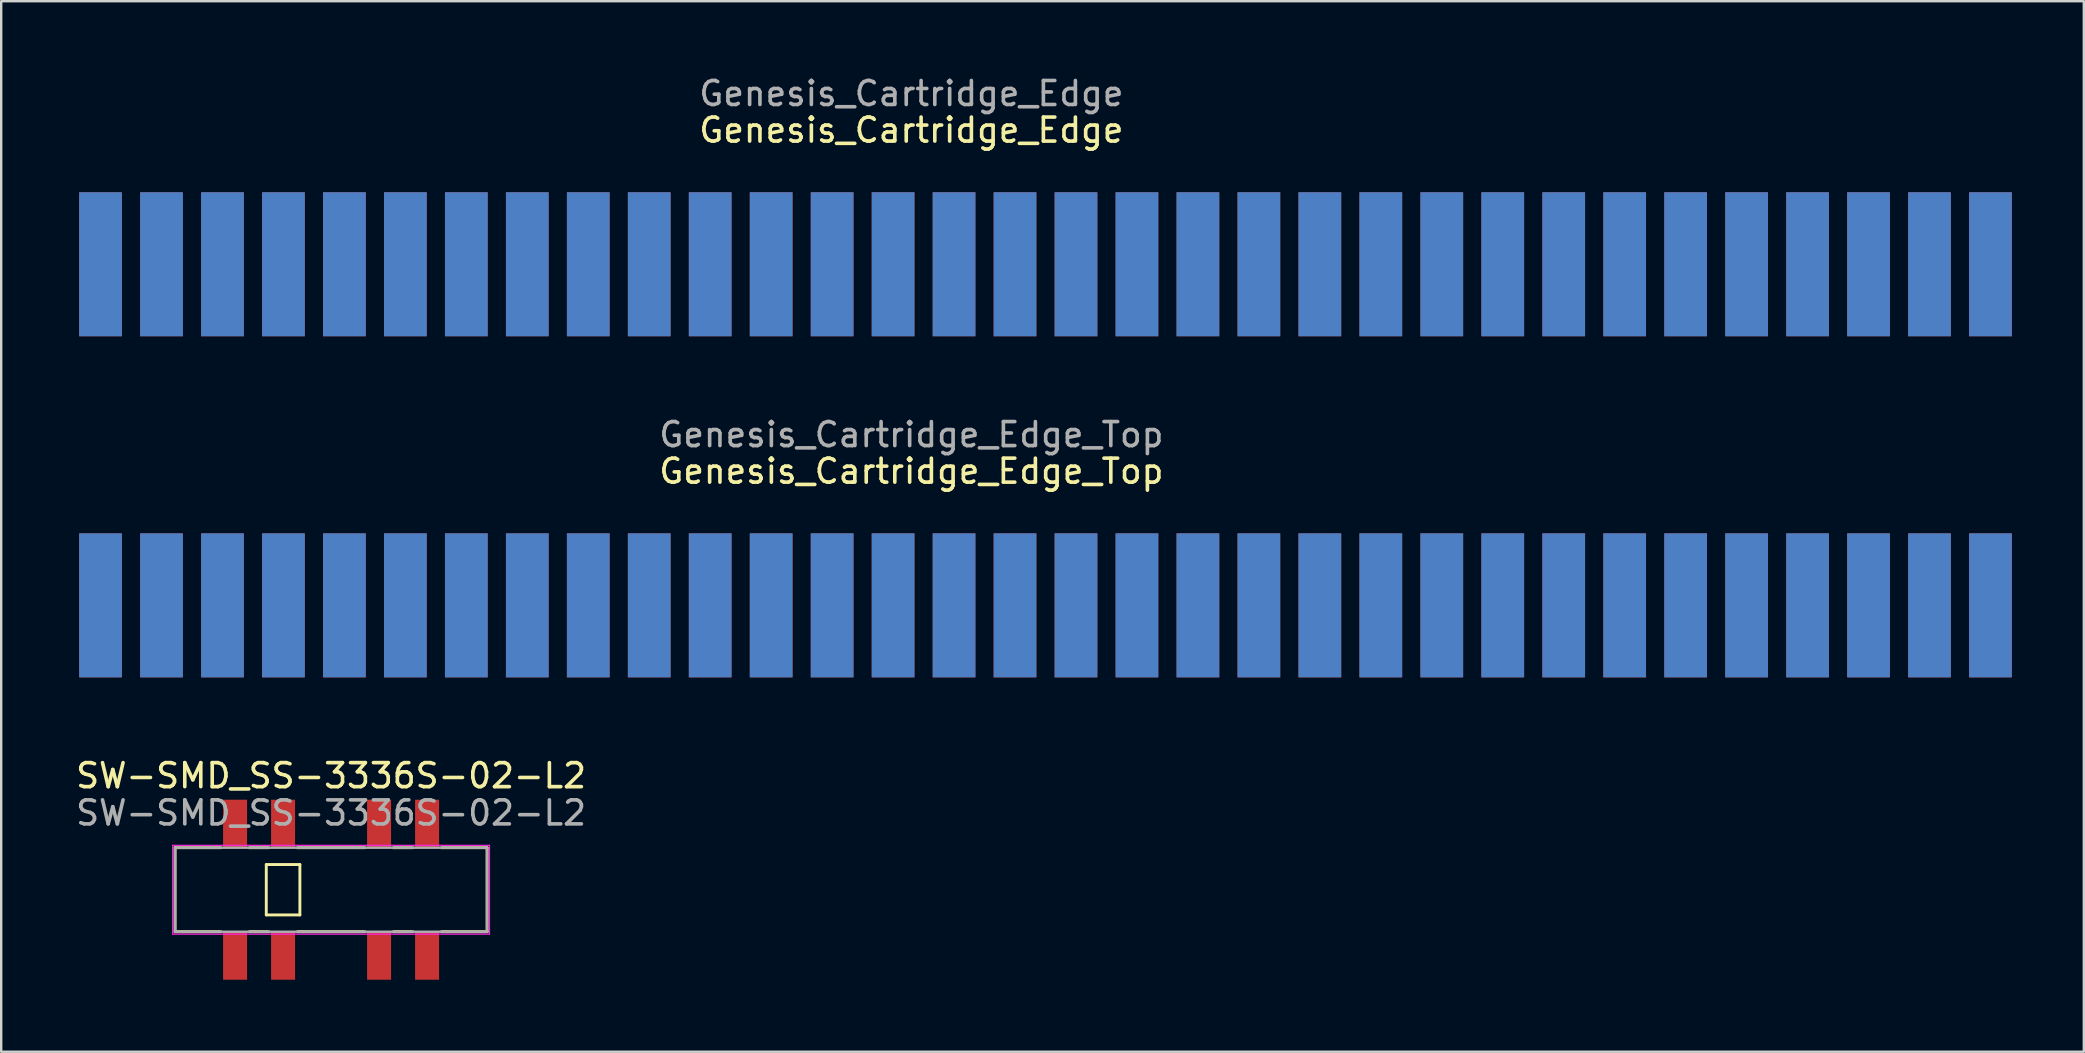
<source format=kicad_pcb>
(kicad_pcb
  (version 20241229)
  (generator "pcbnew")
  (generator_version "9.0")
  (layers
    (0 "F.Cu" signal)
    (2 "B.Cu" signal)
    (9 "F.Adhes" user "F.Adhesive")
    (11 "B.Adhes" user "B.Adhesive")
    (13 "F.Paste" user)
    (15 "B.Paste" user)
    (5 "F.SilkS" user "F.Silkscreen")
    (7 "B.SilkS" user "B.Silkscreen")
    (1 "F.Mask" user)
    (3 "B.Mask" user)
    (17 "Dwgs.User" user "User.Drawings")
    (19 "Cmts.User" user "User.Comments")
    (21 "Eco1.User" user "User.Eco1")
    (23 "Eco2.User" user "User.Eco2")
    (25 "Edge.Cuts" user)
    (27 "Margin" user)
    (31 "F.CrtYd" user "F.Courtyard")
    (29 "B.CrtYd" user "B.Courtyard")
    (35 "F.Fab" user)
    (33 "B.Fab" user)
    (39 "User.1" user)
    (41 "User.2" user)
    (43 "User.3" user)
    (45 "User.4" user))
  (footprint "Genesis_Cartridge_Edge_Top"
    (layer "F.Cu")
    (at 0.25 25.171)
    (property "Reference" "Genesis_Cartridge_Edge_Top" (at 34.671 -8.588 0) (layer "F.SilkS") (effects (font (size 1 1) (thickness 0.15))))
    (attr exclude_from_pos_files exclude_from_bom)
    (fp_text user "${REFERENCE}" (at 34.671 -10.112 0) (layer "F.Fab") (effects (font (size 1 1) (thickness 0.15))))
    (pad "A1" connect rect (at 0.889 -3) (size 1.78 6) (layers "B.Cu" "B.Mask"))
    (pad "A2" connect rect (at 3.429 -3) (size 1.78 6) (layers "B.Cu" "B.Mask"))
    (pad "A3" connect rect (at 5.969 -3) (size 1.78 6) (layers "B.Cu" "B.Mask"))
    (pad "A4" connect rect (at 8.509 -3) (size 1.78 6) (layers "B.Cu" "B.Mask"))
    (pad "A5" connect rect (at 11.049 -3) (size 1.78 6) (layers "B.Cu" "B.Mask"))
    (pad "A6" connect rect (at 13.589 -3) (size 1.78 6) (layers "B.Cu" "B.Mask"))
    (pad "A7" connect rect (at 16.129 -3) (size 1.78 6) (layers "B.Cu" "B.Mask"))
    (pad "A8" connect rect (at 18.669 -3) (size 1.78 6) (layers "B.Cu" "B.Mask"))
    (pad "A9" connect rect (at 21.209 -3) (size 1.78 6) (layers "B.Cu" "B.Mask"))
    (pad "A10" connect rect (at 23.749 -3) (size 1.78 6) (layers "B.Cu" "B.Mask"))
    (pad "A11" connect rect (at 26.289 -3) (size 1.78 6) (layers "B.Cu" "B.Mask"))
    (pad "A12" connect rect (at 28.829 -3) (size 1.78 6) (layers "B.Cu" "B.Mask"))
    (pad "A13" connect rect (at 31.369 -3) (size 1.78 6) (layers "B.Cu" "B.Mask"))
    (pad "A14" connect rect (at 33.909 -3) (size 1.78 6) (layers "B.Cu" "B.Mask"))
    (pad "A15" connect rect (at 36.449 -3) (size 1.78 6) (layers "B.Cu" "B.Mask"))
    (pad "A16" connect rect (at 38.989 -3) (size 1.78 6) (layers "B.Cu" "B.Mask"))
    (pad "A17" connect rect (at 41.529 -3) (size 1.78 6) (layers "B.Cu" "B.Mask"))
    (pad "A18" connect rect (at 44.069 -3) (size 1.78 6) (layers "B.Cu" "B.Mask"))
    (pad "A19" connect rect (at 46.609 -3) (size 1.78 6) (layers "B.Cu" "B.Mask"))
    (pad "A20" connect rect (at 49.149 -3) (size 1.78 6) (layers "B.Cu" "B.Mask"))
    (pad "A21" connect rect (at 51.689 -3) (size 1.78 6) (layers "B.Cu" "B.Mask"))
    (pad "A22" connect rect (at 54.229 -3) (size 1.78 6) (layers "B.Cu" "B.Mask"))
    (pad "A23" connect rect (at 56.769 -3) (size 1.78 6) (layers "B.Cu" "B.Mask"))
    (pad "A24" connect rect (at 59.309 -3) (size 1.78 6) (layers "B.Cu" "B.Mask"))
    (pad "A25" connect rect (at 61.849 -3) (size 1.78 6) (layers "B.Cu" "B.Mask"))
    (pad "A26" connect rect (at 64.389 -3) (size 1.78 6) (layers "B.Cu" "B.Mask"))
    (pad "A27" connect rect (at 66.929 -3) (size 1.78 6) (layers "B.Cu" "B.Mask"))
    (pad "A28" connect rect (at 69.469 -3) (size 1.78 6) (layers "B.Cu" "B.Mask"))
    (pad "A29" connect rect (at 72.009 -3) (size 1.78 6) (layers "B.Cu" "B.Mask"))
    (pad "A30" connect rect (at 74.549 -3) (size 1.78 6) (layers "B.Cu" "B.Mask"))
    (pad "A31" connect rect (at 77.089 -3) (size 1.78 6) (layers "B.Cu" "B.Mask"))
    (pad "A32" connect rect (at 79.629 -3) (size 1.78 6) (layers "B.Cu" "B.Mask"))
    (pad "B1" connect rect (at 0.889 -3) (size 1.78 6) (layers "F.Cu" "F.Mask"))
    (pad "B2" connect rect (at 3.429 -3) (size 1.78 6) (layers "F.Cu" "F.Mask"))
    (pad "B3" connect rect (at 5.969 -3) (size 1.78 6) (layers "F.Cu" "F.Mask"))
    (pad "B4" connect rect (at 8.509 -3) (size 1.78 6) (layers "F.Cu" "F.Mask"))
    (pad "B5" connect rect (at 11.049 -3) (size 1.78 6) (layers "F.Cu" "F.Mask"))
    (pad "B6" connect rect (at 13.589 -3) (size 1.78 6) (layers "F.Cu" "F.Mask"))
    (pad "B7" connect rect (at 16.129 -3) (size 1.78 6) (layers "F.Cu" "F.Mask"))
    (pad "B8" connect rect (at 18.669 -3) (size 1.78 6) (layers "F.Cu" "F.Mask"))
    (pad "B9" connect rect (at 21.209 -3) (size 1.78 6) (layers "F.Cu" "F.Mask"))
    (pad "B10" connect rect (at 23.749 -3) (size 1.78 6) (layers "F.Cu" "F.Mask"))
    (pad "B11" connect rect (at 26.289 -3) (size 1.78 6) (layers "F.Cu" "F.Mask"))
    (pad "B12" connect rect (at 28.829 -3) (size 1.78 6) (layers "F.Cu" "F.Mask"))
    (pad "B13" connect rect (at 31.369 -3) (size 1.78 6) (layers "F.Cu" "F.Mask"))
    (pad "B14" connect rect (at 33.909 -3) (size 1.78 6) (layers "F.Cu" "F.Mask"))
    (pad "B15" connect rect (at 36.449 -3) (size 1.78 6) (layers "F.Cu" "F.Mask"))
    (pad "B16" connect rect (at 38.989 -3) (size 1.78 6) (layers "F.Cu" "F.Mask"))
    (pad "B17" connect rect (at 41.529 -3) (size 1.78 6) (layers "F.Cu" "F.Mask"))
    (pad "B18" connect rect (at 44.069 -3) (size 1.78 6) (layers "F.Cu" "F.Mask"))
    (pad "B19" connect rect (at 46.609 -3) (size 1.78 6) (layers "F.Cu" "F.Mask"))
    (pad "B20" connect rect (at 49.149 -3) (size 1.78 6) (layers "F.Cu" "F.Mask"))
    (pad "B21" connect rect (at 51.689 -3) (size 1.78 6) (layers "F.Cu" "F.Mask"))
    (pad "B22" connect rect (at 54.229 -3) (size 1.78 6) (layers "F.Cu" "F.Mask"))
    (pad "B23" connect rect (at 56.769 -3) (size 1.78 6) (layers "F.Cu" "F.Mask"))
    (pad "B24" connect rect (at 59.309 -3) (size 1.78 6) (layers "F.Cu" "F.Mask"))
    (pad "B25" connect rect (at 61.849 -3) (size 1.78 6) (layers "F.Cu" "F.Mask"))
    (pad "B26" connect rect (at 64.389 -3) (size 1.78 6) (layers "F.Cu" "F.Mask"))
    (pad "B27" connect rect (at 66.929 -3) (size 1.78 6) (layers "F.Cu" "F.Mask"))
    (pad "B28" connect rect (at 69.469 -3) (size 1.78 6) (layers "F.Cu" "F.Mask"))
    (pad "B29" connect rect (at 72.009 -3) (size 1.78 6) (layers "F.Cu" "F.Mask"))
    (pad "B30" connect rect (at 74.549 -3) (size 1.78 6) (layers "F.Cu" "F.Mask"))
    (pad "B31" connect rect (at 77.089 -3) (size 1.78 6) (layers "F.Cu" "F.Mask"))
    (pad "B32" connect rect (at 79.629 -3) (size 1.78 6) (layers "F.Cu" "F.Mask")))
  (footprint "Genesis_Cartridge_Edge"
    (layer "F.Cu")
    (at 0.25 10.96)
    (property "Reference" "Genesis_Cartridge_Edge" (at 34.671 -8.588 0) (layer "F.SilkS") (effects (font (size 1 1) (thickness 0.15))))
    (attr exclude_from_pos_files exclude_from_bom)
    (fp_text user "${REFERENCE}" (at 34.671 -10.112 0) (layer "F.Fab") (effects (font (size 1 1) (thickness 0.15))))
    (pad "A1" connect rect (at 0.889 -3) (size 1.78 6) (layers "B.Cu" "B.Mask"))
    (pad "A2" connect rect (at 3.429 -3) (size 1.78 6) (layers "B.Cu" "B.Mask"))
    (pad "A3" connect rect (at 5.969 -3) (size 1.78 6) (layers "B.Cu" "B.Mask"))
    (pad "A4" connect rect (at 8.509 -3) (size 1.78 6) (layers "B.Cu" "B.Mask"))
    (pad "A5" connect rect (at 11.049 -3) (size 1.78 6) (layers "B.Cu" "B.Mask"))
    (pad "A6" connect rect (at 13.589 -3) (size 1.78 6) (layers "B.Cu" "B.Mask"))
    (pad "A7" connect rect (at 16.129 -3) (size 1.78 6) (layers "B.Cu" "B.Mask"))
    (pad "A8" connect rect (at 18.669 -3) (size 1.78 6) (layers "B.Cu" "B.Mask"))
    (pad "A9" connect rect (at 21.209 -3) (size 1.78 6) (layers "B.Cu" "B.Mask"))
    (pad "A10" connect rect (at 23.749 -3) (size 1.78 6) (layers "B.Cu" "B.Mask"))
    (pad "A11" connect rect (at 26.289 -3) (size 1.78 6) (layers "B.Cu" "B.Mask"))
    (pad "A12" connect rect (at 28.829 -3) (size 1.78 6) (layers "B.Cu" "B.Mask"))
    (pad "A13" connect rect (at 31.369 -3) (size 1.78 6) (layers "B.Cu" "B.Mask"))
    (pad "A14" connect rect (at 33.909 -3) (size 1.78 6) (layers "B.Cu" "B.Mask"))
    (pad "A15" connect rect (at 36.449 -3) (size 1.78 6) (layers "B.Cu" "B.Mask"))
    (pad "A16" connect rect (at 38.989 -3) (size 1.78 6) (layers "B.Cu" "B.Mask"))
    (pad "A17" connect rect (at 41.529 -3) (size 1.78 6) (layers "B.Cu" "B.Mask"))
    (pad "A18" connect rect (at 44.069 -3) (size 1.78 6) (layers "B.Cu" "B.Mask"))
    (pad "A19" connect rect (at 46.609 -3) (size 1.78 6) (layers "B.Cu" "B.Mask"))
    (pad "A20" connect rect (at 49.149 -3) (size 1.78 6) (layers "B.Cu" "B.Mask"))
    (pad "A21" connect rect (at 51.689 -3) (size 1.78 6) (layers "B.Cu" "B.Mask"))
    (pad "A22" connect rect (at 54.229 -3) (size 1.78 6) (layers "B.Cu" "B.Mask"))
    (pad "A23" connect rect (at 56.769 -3) (size 1.78 6) (layers "B.Cu" "B.Mask"))
    (pad "A24" connect rect (at 59.309 -3) (size 1.78 6) (layers "B.Cu" "B.Mask"))
    (pad "A25" connect rect (at 61.849 -3) (size 1.78 6) (layers "B.Cu" "B.Mask"))
    (pad "A26" connect rect (at 64.389 -3) (size 1.78 6) (layers "B.Cu" "B.Mask"))
    (pad "A27" connect rect (at 66.929 -3) (size 1.78 6) (layers "B.Cu" "B.Mask"))
    (pad "A28" connect rect (at 69.469 -3) (size 1.78 6) (layers "B.Cu" "B.Mask"))
    (pad "A29" connect rect (at 72.009 -3) (size 1.78 6) (layers "B.Cu" "B.Mask"))
    (pad "A30" connect rect (at 74.549 -3) (size 1.78 6) (layers "B.Cu" "B.Mask"))
    (pad "A31" connect rect (at 77.089 -3) (size 1.78 6) (layers "B.Cu" "B.Mask"))
    (pad "A32" connect rect (at 79.629 -3) (size 1.78 6) (layers "B.Cu" "B.Mask"))
    (pad "B1" connect rect (at 0.889 -3) (size 1.78 6) (layers "F.Cu" "F.Mask"))
    (pad "B2" connect rect (at 3.429 -3) (size 1.78 6) (layers "F.Cu" "F.Mask"))
    (pad "B3" connect rect (at 5.969 -3) (size 1.78 6) (layers "F.Cu" "F.Mask"))
    (pad "B4" connect rect (at 8.509 -3) (size 1.78 6) (layers "F.Cu" "F.Mask"))
    (pad "B5" connect rect (at 11.049 -3) (size 1.78 6) (layers "F.Cu" "F.Mask"))
    (pad "B6" connect rect (at 13.589 -3) (size 1.78 6) (layers "F.Cu" "F.Mask"))
    (pad "B7" connect rect (at 16.129 -3) (size 1.78 6) (layers "F.Cu" "F.Mask"))
    (pad "B8" connect rect (at 18.669 -3) (size 1.78 6) (layers "F.Cu" "F.Mask"))
    (pad "B9" connect rect (at 21.209 -3) (size 1.78 6) (layers "F.Cu" "F.Mask"))
    (pad "B10" connect rect (at 23.749 -3) (size 1.78 6) (layers "F.Cu" "F.Mask"))
    (pad "B11" connect rect (at 26.289 -3) (size 1.78 6) (layers "F.Cu" "F.Mask"))
    (pad "B12" connect rect (at 28.829 -3) (size 1.78 6) (layers "F.Cu" "F.Mask"))
    (pad "B13" connect rect (at 31.369 -3) (size 1.78 6) (layers "F.Cu" "F.Mask"))
    (pad "B14" connect rect (at 33.909 -3) (size 1.78 6) (layers "F.Cu" "F.Mask"))
    (pad "B15" connect rect (at 36.449 -3) (size 1.78 6) (layers "F.Cu" "F.Mask"))
    (pad "B16" connect rect (at 38.989 -3) (size 1.78 6) (layers "F.Cu" "F.Mask"))
    (pad "B17" connect rect (at 41.529 -3) (size 1.78 6) (layers "F.Cu" "F.Mask"))
    (pad "B18" connect rect (at 44.069 -3) (size 1.78 6) (layers "F.Cu" "F.Mask"))
    (pad "B19" connect rect (at 46.609 -3) (size 1.78 6) (layers "F.Cu" "F.Mask"))
    (pad "B20" connect rect (at 49.149 -3) (size 1.78 6) (layers "F.Cu" "F.Mask"))
    (pad "B21" connect rect (at 51.689 -3) (size 1.78 6) (layers "F.Cu" "F.Mask"))
    (pad "B22" connect rect (at 54.229 -3) (size 1.78 6) (layers "F.Cu" "F.Mask"))
    (pad "B23" connect rect (at 56.769 -3) (size 1.78 6) (layers "F.Cu" "F.Mask"))
    (pad "B24" connect rect (at 59.309 -3) (size 1.78 6) (layers "F.Cu" "F.Mask"))
    (pad "B25" connect rect (at 61.849 -3) (size 1.78 6) (layers "F.Cu" "F.Mask"))
    (pad "B26" connect rect (at 64.389 -3) (size 1.78 6) (layers "F.Cu" "F.Mask"))
    (pad "B27" connect rect (at 66.929 -3) (size 1.78 6) (layers "F.Cu" "F.Mask"))
    (pad "B28" connect rect (at 69.469 -3) (size 1.78 6) (layers "F.Cu" "F.Mask"))
    (pad "B29" connect rect (at 72.009 -3) (size 1.78 6) (layers "F.Cu" "F.Mask"))
    (pad "B30" connect rect (at 74.549 -3) (size 1.78 6) (layers "F.Cu" "F.Mask"))
    (pad "B31" connect rect (at 77.089 -3) (size 1.78 6) (layers "F.Cu" "F.Mask"))
    (pad "B32" connect rect (at 79.629 -3) (size 1.78 6) (layers "F.Cu" "F.Mask")))
  (footprint "SW-SMD_SS-3336S-02-L2"
    (layer "F.Cu")
    (at 10.744 34.019)
    (property "Reference" "SW-SMD_SS-3336S-02-L2" (at 0 -4.75 0) (layer "F.SilkS") (effects (font (size 1 1) (thickness 0.15))))
    (attr smd)
    (fp_line (start -6.5 -1.75) (end -6.5 1.75) (stroke (width 0.12) (type solid)) (layer "F.SilkS"))
    (fp_line (start -6.5 -1.75) (end -4.6 -1.75) (stroke (width 0.12) (type solid)) (layer "F.SilkS"))
    (fp_line (start -6.5 1.75) (end -4.6 1.75) (stroke (width 0.12) (type solid)) (layer "F.SilkS"))
    (fp_line (start -3.4 -1.75) (end -2.6 -1.75) (stroke (width 0.12) (type solid)) (layer "F.SilkS"))
    (fp_line (start -3.4 1.75) (end -2.6 1.75) (stroke (width 0.12) (type solid)) (layer "F.SilkS"))
    (fp_line (start -2.7 -1.05) (end -2.7 1.05) (stroke (width 0.12) (type solid)) (layer "F.SilkS"))
    (fp_line (start -1.4 -1.75) (end 1.4 -1.75) (stroke (width 0.12) (type solid)) (layer "F.SilkS"))
    (fp_line (start -1.4 1.75) (end 1.4 1.75) (stroke (width 0.12) (type solid)) (layer "F.SilkS"))
    (fp_line (start -1.3 -1.05) (end -2.7 -1.05) (stroke (width 0.12) (type solid)) (layer "F.SilkS"))
    (fp_line (start -1.3 1.05) (end -2.7 1.05) (stroke (width 0.12) (type solid)) (layer "F.SilkS"))
    (fp_line (start -1.3 1.05) (end -1.3 -1.05) (stroke (width 0.12) (type solid)) (layer "F.SilkS"))
    (fp_line (start 2.6 -1.75) (end 3.4 -1.75) (stroke (width 0.12) (type solid)) (layer "F.SilkS"))
    (fp_line (start 2.6 1.75) (end 3.4 1.75) (stroke (width 0.12) (type solid)) (layer "F.SilkS"))
    (fp_line (start 4.6 -1.75) (end 6.5 -1.75) (stroke (width 0.12) (type solid)) (layer "F.SilkS"))
    (fp_line (start 4.6 1.75) (end 6.5 1.75) (stroke (width 0.12) (type solid)) (layer "F.SilkS"))
    (fp_line (start 6.5 1.75) (end 6.5 -1.75) (stroke (width 0.12) (type solid)) (layer "F.SilkS"))
    (fp_line (start -6.6 -1.85) (end 6.6 -1.85) (stroke (width 0.05) (type solid)) (layer "F.CrtYd"))
    (fp_line (start -6.6 1.85) (end -6.6 -1.85) (stroke (width 0.05) (type solid)) (layer "F.CrtYd"))
    (fp_line (start 6.6 -1.85) (end 6.6 1.85) (stroke (width 0.05) (type solid)) (layer "F.CrtYd"))
    (fp_line (start 6.6 1.85) (end -6.6 1.85) (stroke (width 0.05) (type solid)) (layer "F.CrtYd"))
    (fp_line (start -6.5 -1.75) (end 6.5 -1.75) (stroke (width 0.1) (type solid)) (layer "F.Fab"))
    (fp_line (start -6.5 1.75) (end -6.5 -1.75) (stroke (width 0.1) (type solid)) (layer "F.Fab"))
    (fp_line (start 6.5 -1.75) (end 6.5 1.75) (stroke (width 0.1) (type solid)) (layer "F.Fab"))
    (fp_line (start 6.5 1.75) (end -6.5 1.75) (stroke (width 0.1) (type solid)) (layer "F.Fab"))
    (fp_text user "${REFERENCE}" (at 0 -3.2 0) (layer "F.Fab") (effects (font (size 1 1) (thickness 0.15))))
    (pad "1" smd rect (at -4 -2.75) (size 1 2) (layers "F.Cu" "F.Mask" "F.Paste"))
    (pad "2" smd rect (at -2 -2.75) (size 1 2) (layers "F.Cu" "F.Mask" "F.Paste"))
    (pad "3" smd rect (at 2 -2.75) (size 1 2) (layers "F.Cu" "F.Mask" "F.Paste"))
    (pad "4" smd rect (at 4 -2.75) (size 1 2) (layers "F.Cu" "F.Mask" "F.Paste"))
    (pad "5" smd rect (at -4 2.75) (size 1 2) (layers "F.Cu" "F.Mask" "F.Paste"))
    (pad "6" smd rect (at -2 2.75) (size 1 2) (layers "F.Cu" "F.Mask" "F.Paste"))
    (pad "7" smd rect (at 2 2.75) (size 1 2) (layers "F.Cu" "F.Mask" "F.Paste"))
    (pad "8" smd rect (at 4 2.75) (size 1 2) (layers "F.Cu" "F.Mask" "F.Paste")))
  (gr_rect
    (start -3 -3)
    (end 83.769 40.769)
    (stroke (width 0.1) (type default))
    (fill no)
    (layer "Edge.Cuts")))
</source>
